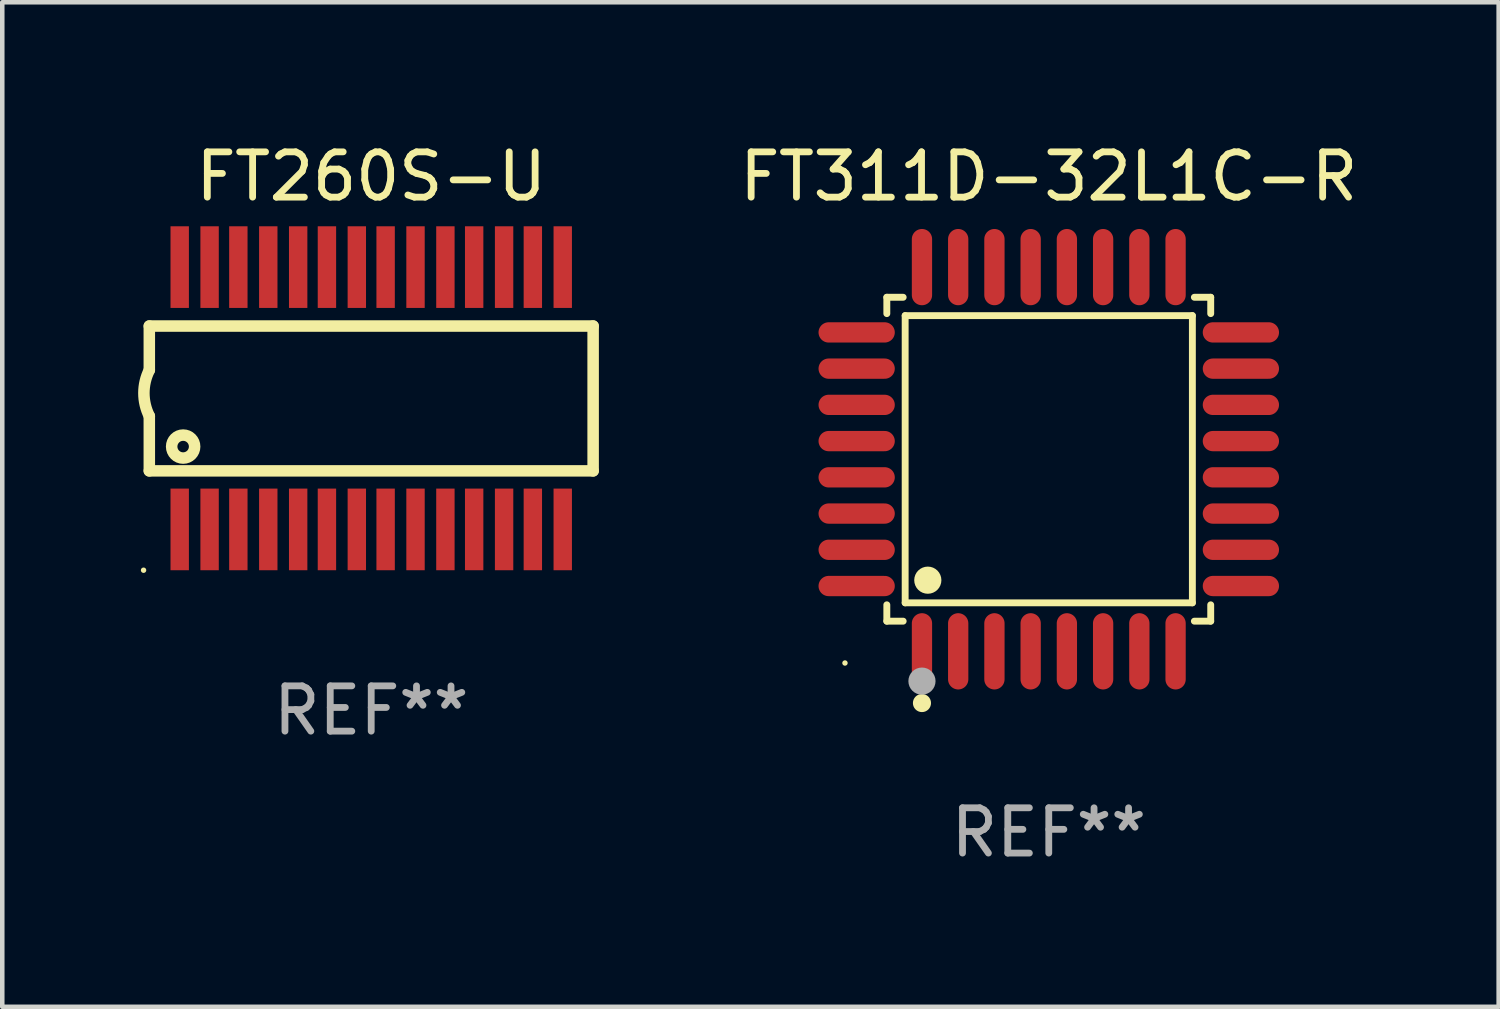
<source format=kicad_pcb>
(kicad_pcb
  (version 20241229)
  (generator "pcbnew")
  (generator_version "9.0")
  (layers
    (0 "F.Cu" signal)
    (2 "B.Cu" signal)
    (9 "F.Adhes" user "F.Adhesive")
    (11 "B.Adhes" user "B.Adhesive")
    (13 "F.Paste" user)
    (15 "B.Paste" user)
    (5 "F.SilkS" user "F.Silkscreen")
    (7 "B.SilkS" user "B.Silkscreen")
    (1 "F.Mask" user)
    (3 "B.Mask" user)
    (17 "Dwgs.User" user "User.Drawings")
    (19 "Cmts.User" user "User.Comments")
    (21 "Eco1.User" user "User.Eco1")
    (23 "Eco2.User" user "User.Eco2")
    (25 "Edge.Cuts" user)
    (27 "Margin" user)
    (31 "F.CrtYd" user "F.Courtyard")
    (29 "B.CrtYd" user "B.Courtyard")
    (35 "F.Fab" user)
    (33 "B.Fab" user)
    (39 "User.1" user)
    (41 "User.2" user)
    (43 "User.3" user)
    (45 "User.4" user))
  (footprint "FT311D-32L1C-R"
    (layer "F.Cu")
    (at 20.108 7.09)
    (property "Reference" "FT311D-32L1C-R" (at 0 -6.242 0) (layer "F.SilkS") (effects (font (size 1 1) (thickness 0.15))))
    (attr through_hole)
    (fp_line (start -3.576 -3.576) (end -3.215 -3.576) (stroke (width 0.152) (type solid)) (layer "F.SilkS"))
    (fp_line (start -3.576 -3.215) (end -3.576 -3.576) (stroke (width 0.152) (type solid)) (layer "F.SilkS"))
    (fp_line (start -3.576 3.215) (end -3.576 3.576) (stroke (width 0.152) (type solid)) (layer "F.SilkS"))
    (fp_line (start -3.576 3.576) (end -3.215 3.576) (stroke (width 0.152) (type solid)) (layer "F.SilkS"))
    (fp_line (start -3.171 -3.171) (end 3.171 -3.171) (stroke (width 0.152) (type solid)) (layer "F.SilkS"))
    (fp_line (start -3.171 3.171) (end -3.171 -3.171) (stroke (width 0.152) (type solid)) (layer "F.SilkS"))
    (fp_line (start 3.171 -3.171) (end 3.171 3.171) (stroke (width 0.152) (type solid)) (layer "F.SilkS"))
    (fp_line (start 3.171 3.171) (end -3.171 3.171) (stroke (width 0.152) (type solid)) (layer "F.SilkS"))
    (fp_line (start 3.576 -3.576) (end 3.215 -3.576) (stroke (width 0.152) (type solid)) (layer "F.SilkS"))
    (fp_line (start 3.576 -3.215) (end 3.576 -3.576) (stroke (width 0.152) (type solid)) (layer "F.SilkS"))
    (fp_line (start 3.576 3.215) (end 3.576 3.576) (stroke (width 0.152) (type solid)) (layer "F.SilkS"))
    (fp_line (start 3.576 3.576) (end 3.215 3.576) (stroke (width 0.152) (type solid)) (layer "F.SilkS"))
    (fp_circle (center -4.5 4.5) (end -4.47 4.5) (stroke (width 0.06) (type solid)) (fill no) (layer "F.SilkS"))
    (fp_circle (center -2.8 5.384) (end -2.7 5.384) (stroke (width 0.2) (type solid)) (fill no) (layer "F.SilkS"))
    (fp_circle (center -2.671 2.671) (end -2.521 2.671) (stroke (width 0.3) (type solid)) (fill no) (layer "F.SilkS"))
    (fp_circle (center -2.8 4.9) (end -2.65 4.9) (stroke (width 0.3) (type solid)) (fill no) (layer "F.Fab"))
    (fp_text user "REF**" (at 0 8.242 0) (layer "F.Fab") (effects (font (size 1 1) (thickness 0.15))))
    (pad "1" smd oval (at -2.8 4.242) (size 0.448 1.684) (layers "F.Cu" "F.Mask" "F.Paste"))
    (pad "2" smd oval (at -2 4.242) (size 0.448 1.684) (layers "F.Cu" "F.Mask" "F.Paste"))
    (pad "3" smd oval (at -1.2 4.242) (size 0.448 1.684) (layers "F.Cu" "F.Mask" "F.Paste"))
    (pad "4" smd oval (at -0.4 4.242) (size 0.448 1.684) (layers "F.Cu" "F.Mask" "F.Paste"))
    (pad "5" smd oval (at 0.4 4.242) (size 0.448 1.684) (layers "F.Cu" "F.Mask" "F.Paste"))
    (pad "6" smd oval (at 1.2 4.242) (size 0.448 1.684) (layers "F.Cu" "F.Mask" "F.Paste"))
    (pad "7" smd oval (at 2 4.242) (size 0.448 1.684) (layers "F.Cu" "F.Mask" "F.Paste"))
    (pad "8" smd oval (at 2.8 4.242) (size 0.448 1.684) (layers "F.Cu" "F.Mask" "F.Paste"))
    (pad "9" smd oval (at 4.242 2.8) (size 1.684 0.448) (layers "F.Cu" "F.Mask" "F.Paste"))
    (pad "10" smd oval (at 4.242 2) (size 1.684 0.448) (layers "F.Cu" "F.Mask" "F.Paste"))
    (pad "11" smd oval (at 4.242 1.2) (size 1.684 0.448) (layers "F.Cu" "F.Mask" "F.Paste"))
    (pad "12" smd oval (at 4.242 0.4) (size 1.684 0.448) (layers "F.Cu" "F.Mask" "F.Paste"))
    (pad "13" smd oval (at 4.242 -0.4) (size 1.684 0.448) (layers "F.Cu" "F.Mask" "F.Paste"))
    (pad "14" smd oval (at 4.242 -1.2) (size 1.684 0.448) (layers "F.Cu" "F.Mask" "F.Paste"))
    (pad "15" smd oval (at 4.242 -2) (size 1.684 0.448) (layers "F.Cu" "F.Mask" "F.Paste"))
    (pad "16" smd oval (at 4.242 -2.8) (size 1.684 0.448) (layers "F.Cu" "F.Mask" "F.Paste"))
    (pad "17" smd oval (at 2.8 -4.242) (size 0.448 1.684) (layers "F.Cu" "F.Mask" "F.Paste"))
    (pad "18" smd oval (at 2 -4.242) (size 0.448 1.684) (layers "F.Cu" "F.Mask" "F.Paste"))
    (pad "19" smd oval (at 1.2 -4.242) (size 0.448 1.684) (layers "F.Cu" "F.Mask" "F.Paste"))
    (pad "20" smd oval (at 0.4 -4.242) (size 0.448 1.684) (layers "F.Cu" "F.Mask" "F.Paste"))
    (pad "21" smd oval (at -0.4 -4.242) (size 0.448 1.684) (layers "F.Cu" "F.Mask" "F.Paste"))
    (pad "22" smd oval (at -1.2 -4.242) (size 0.448 1.684) (layers "F.Cu" "F.Mask" "F.Paste"))
    (pad "23" smd oval (at -2 -4.242) (size 0.448 1.684) (layers "F.Cu" "F.Mask" "F.Paste"))
    (pad "24" smd oval (at -2.8 -4.242) (size 0.448 1.684) (layers "F.Cu" "F.Mask" "F.Paste"))
    (pad "25" smd oval (at -4.242 -2.8) (size 1.684 0.448) (layers "F.Cu" "F.Mask" "F.Paste"))
    (pad "26" smd oval (at -4.242 -2) (size 1.684 0.448) (layers "F.Cu" "F.Mask" "F.Paste"))
    (pad "27" smd oval (at -4.242 -1.2) (size 1.684 0.448) (layers "F.Cu" "F.Mask" "F.Paste"))
    (pad "28" smd oval (at -4.242 -0.4) (size 1.684 0.448) (layers "F.Cu" "F.Mask" "F.Paste"))
    (pad "29" smd oval (at -4.242 0.4) (size 1.684 0.448) (layers "F.Cu" "F.Mask" "F.Paste"))
    (pad "30" smd oval (at -4.242 1.2) (size 1.684 0.448) (layers "F.Cu" "F.Mask" "F.Paste"))
    (pad "31" smd oval (at -4.242 2) (size 1.684 0.448) (layers "F.Cu" "F.Mask" "F.Paste"))
    (pad "32" smd oval (at -4.242 2.8) (size 1.684 0.448) (layers "F.Cu" "F.Mask" "F.Paste")))
  (footprint "FT260S-U"
    (layer "F.Cu")
    (at 5.147 5.744)
    (property "Reference" "FT260S-U" (at 0 -4.896 0) (layer "F.SilkS") (effects (font (size 1 1) (thickness 0.15))))
    (attr through_hole)
    (fp_line (start -4.9 -1.595) (end -4.9 -0.622) (stroke (width 0.254) (type solid)) (layer "F.SilkS"))
    (fp_line (start -4.9 1.603) (end -4.9 0.394) (stroke (width 0.254) (type solid)) (layer "F.SilkS"))
    (fp_line (start 4.9 -1.595) (end -4.9 -1.595) (stroke (width 0.254) (type solid)) (layer "F.SilkS"))
    (fp_line (start 4.9 1.603) (end -4.9 1.603) (stroke (width 0.254) (type solid)) (layer "F.SilkS"))
    (fp_line (start 4.9 1.603) (end 4.9 -1.595) (stroke (width 0.254) (type solid)) (layer "F.SilkS"))
    (fp_arc (start -4.89967 0.393701) (mid -5.019593 -0.1143) (end -4.89967 -0.622301) (stroke (width 0.254001) (type solid)) (layer "F.SilkS"))
    (fp_circle (center -5.027 3.797) (end -4.997 3.797) (stroke (width 0.06) (type solid)) (fill no) (layer "F.SilkS"))
    (fp_circle (center -4.153 1.067) (end -3.899 1.067) (stroke (width 0.254) (type solid)) (fill no) (layer "F.SilkS"))
    (fp_text user "REF**" (at 0 6.896 0) (layer "F.Fab") (effects (font (size 1 1) (thickness 0.15))))
    (pad "1" smd rect (at -4.229 2.896 90) (size 1.803 0.406) (layers "F.Cu" "F.Mask" "F.Paste"))
    (pad "2" smd rect (at -3.569 2.896 90) (size 1.803 0.406) (layers "F.Cu" "F.Mask" "F.Paste"))
    (pad "3" smd rect (at -2.934 2.896 90) (size 1.803 0.406) (layers "F.Cu" "F.Mask" "F.Paste"))
    (pad "4" smd rect (at -2.273 2.896 90) (size 1.803 0.406) (layers "F.Cu" "F.Mask" "F.Paste"))
    (pad "5" smd rect (at -1.613 2.896 90) (size 1.803 0.406) (layers "F.Cu" "F.Mask" "F.Paste"))
    (pad "6" smd rect (at -0.978 2.896 90) (size 1.803 0.406) (layers "F.Cu" "F.Mask" "F.Paste"))
    (pad "7" smd rect (at -0.318 2.896 90) (size 1.803 0.406) (layers "F.Cu" "F.Mask" "F.Paste"))
    (pad "8" smd rect (at 0.318 2.896 90) (size 1.803 0.406) (layers "F.Cu" "F.Mask" "F.Paste"))
    (pad "9" smd rect (at 0.978 2.896 90) (size 1.803 0.406) (layers "F.Cu" "F.Mask" "F.Paste"))
    (pad "10" smd rect (at 1.638 2.896 90) (size 1.803 0.406) (layers "F.Cu" "F.Mask" "F.Paste"))
    (pad "11" smd rect (at 2.273 2.896 90) (size 1.803 0.406) (layers "F.Cu" "F.Mask" "F.Paste"))
    (pad "12" smd rect (at 2.934 2.896 90) (size 1.803 0.406) (layers "F.Cu" "F.Mask" "F.Paste"))
    (pad "13" smd rect (at 3.569 2.896 90) (size 1.803 0.406) (layers "F.Cu" "F.Mask" "F.Paste"))
    (pad "14" smd rect (at 4.229 2.896 90) (size 1.803 0.406) (layers "F.Cu" "F.Mask" "F.Paste"))
    (pad "15" smd rect (at 4.229 -2.896 90) (size 1.803 0.406) (layers "F.Cu" "F.Mask" "F.Paste"))
    (pad "16" smd rect (at 3.569 -2.896 90) (size 1.803 0.406) (layers "F.Cu" "F.Mask" "F.Paste"))
    (pad "17" smd rect (at 2.934 -2.896 90) (size 1.803 0.406) (layers "F.Cu" "F.Mask" "F.Paste"))
    (pad "18" smd rect (at 2.273 -2.896 90) (size 1.803 0.406) (layers "F.Cu" "F.Mask" "F.Paste"))
    (pad "19" smd rect (at 1.638 -2.896 90) (size 1.803 0.406) (layers "F.Cu" "F.Mask" "F.Paste"))
    (pad "20" smd rect (at 0.978 -2.896 90) (size 1.803 0.406) (layers "F.Cu" "F.Mask" "F.Paste"))
    (pad "21" smd rect (at 0.318 -2.896 90) (size 1.803 0.406) (layers "F.Cu" "F.Mask" "F.Paste"))
    (pad "22" smd rect (at -0.318 -2.896 90) (size 1.803 0.406) (layers "F.Cu" "F.Mask" "F.Paste"))
    (pad "23" smd rect (at -0.978 -2.896 90) (size 1.803 0.406) (layers "F.Cu" "F.Mask" "F.Paste"))
    (pad "24" smd rect (at -1.613 -2.896 90) (size 1.803 0.406) (layers "F.Cu" "F.Mask" "F.Paste"))
    (pad "25" smd rect (at -2.273 -2.896 90) (size 1.803 0.406) (layers "F.Cu" "F.Mask" "F.Paste"))
    (pad "26" smd rect (at -2.934 -2.896 90) (size 1.803 0.406) (layers "F.Cu" "F.Mask" "F.Paste"))
    (pad "27" smd rect (at -3.569 -2.896 90) (size 1.803 0.406) (layers "F.Cu" "F.Mask" "F.Paste"))
    (pad "28" smd rect (at -4.229 -2.896 90) (size 1.803 0.406) (layers "F.Cu" "F.Mask" "F.Paste")))
  (gr_rect
    (start -3 -3)
    (end 30.042 19.181)
    (stroke (width 0.1) (type default))
    (fill no)
    (layer "Edge.Cuts")))
</source>
